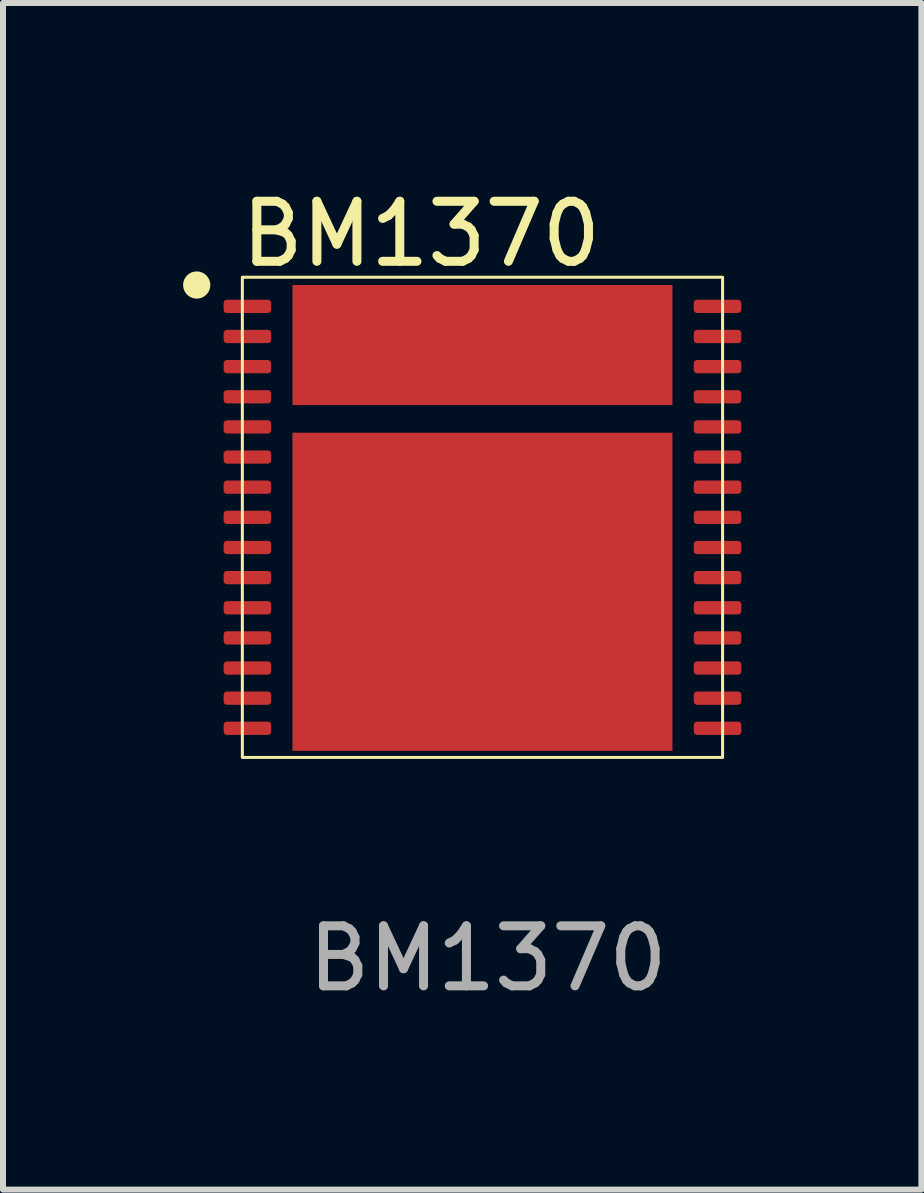
<source format=kicad_pcb>
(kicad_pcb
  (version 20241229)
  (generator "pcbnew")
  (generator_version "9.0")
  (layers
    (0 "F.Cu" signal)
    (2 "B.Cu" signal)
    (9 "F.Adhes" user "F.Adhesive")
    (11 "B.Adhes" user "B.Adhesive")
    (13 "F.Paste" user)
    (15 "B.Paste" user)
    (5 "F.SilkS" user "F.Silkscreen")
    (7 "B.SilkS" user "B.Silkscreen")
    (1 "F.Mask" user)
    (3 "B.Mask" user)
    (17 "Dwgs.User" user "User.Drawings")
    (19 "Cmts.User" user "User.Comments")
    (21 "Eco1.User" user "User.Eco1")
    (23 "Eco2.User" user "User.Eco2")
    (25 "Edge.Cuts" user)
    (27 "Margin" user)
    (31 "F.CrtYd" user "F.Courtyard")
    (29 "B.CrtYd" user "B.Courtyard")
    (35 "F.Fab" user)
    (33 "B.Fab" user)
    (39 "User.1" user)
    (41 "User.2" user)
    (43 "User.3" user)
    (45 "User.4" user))
  (footprint "BM1370"
    (layer "F.Cu")
    (at 4.987 5.568)
    (property "Reference" "BM1370" (at -1.02 -4.72 0) (unlocked yes) (layer "F.SilkS") (effects (font (size 1 1) (thickness 0.15))))
    (attr smd)
    (fp_rect (start -1.33 1.95) (end -3.11 0.51) (stroke (width 0.12) (type solid)) (fill yes) (layer "F.Mask"))
    (fp_rect (start -1.32 -1.92) (end -3.1 -3.8) (stroke (width 0.12) (type solid)) (fill yes) (layer "F.Mask"))
    (fp_rect (start -1.32 0.11) (end -3.1 -1.33) (stroke (width 0.12) (type solid)) (fill yes) (layer "F.Mask"))
    (fp_rect (start -1.32 3.82) (end -3.1 2.38) (stroke (width 0.12) (type solid)) (fill yes) (layer "F.Mask"))
    (fp_rect (start 0.88 -1.94) (end -0.9 -3.81) (stroke (width 0.12) (type solid)) (fill yes) (layer "F.Mask"))
    (fp_rect (start 0.88 1.94) (end -0.9 0.5) (stroke (width 0.12) (type solid)) (fill yes) (layer "F.Mask"))
    (fp_rect (start 0.89 0.1) (end -0.89 -1.34) (stroke (width 0.12) (type solid)) (fill yes) (layer "F.Mask"))
    (fp_rect (start 0.89 3.81) (end -0.89 2.37) (stroke (width 0.12) (type solid)) (fill yes) (layer "F.Mask"))
    (fp_rect (start 3.09 -1.95) (end 1.31 -3.82) (stroke (width 0.12) (type solid)) (fill yes) (layer "F.Mask"))
    (fp_rect (start 3.09 1.94) (end 1.31 0.5) (stroke (width 0.12) (type solid)) (fill yes) (layer "F.Mask"))
    (fp_rect (start 3.1 0.1) (end 1.32 -1.34) (stroke (width 0.12) (type solid)) (fill yes) (layer "F.Mask"))
    (fp_rect (start 3.1 3.81) (end 1.32 2.37) (stroke (width 0.12) (type solid)) (fill yes) (layer "F.Mask"))
    (fp_rect (start 4 4) (end -4 -4) (stroke (width 0.05) (type default)) (fill no) (layer "F.SilkS"))
    (fp_circle (center -4.76 -3.87) (end -4.558 -3.87) (stroke (width 0.05) (type solid)) (fill yes) (layer "F.SilkS"))
    (fp_rect (start -1.58 -0.135) (end -2.78 -1.085) (stroke (width 0.001) (type solid)) (fill yes) (layer "F.Paste"))
    (fp_rect (start -1.57 1.695) (end -2.77 0.745) (stroke (width 0.001) (type solid)) (fill yes) (layer "F.Paste"))
    (fp_rect (start -1.56 3.555) (end -2.76 2.605) (stroke (width 0.001) (type solid)) (fill yes) (layer "F.Paste"))
    (fp_rect (start -1.54 -2.34) (end -2.74 -3.46) (stroke (width 0.001) (type solid)) (fill yes) (layer "F.Paste"))
    (fp_rect (start 0.6 -2.35) (end -0.6 -3.46) (stroke (width 0.001) (type solid)) (fill yes) (layer "F.Paste"))
    (fp_rect (start 0.63 -0.125) (end -0.57 -1.075) (stroke (width 0.001) (type solid)) (fill yes) (layer "F.Paste"))
    (fp_rect (start 0.64 1.705) (end -0.56 0.755) (stroke (width 0.001) (type solid)) (fill yes) (layer "F.Paste"))
    (fp_rect (start 0.65 3.565) (end -0.55 2.615) (stroke (width 0.001) (type solid)) (fill yes) (layer "F.Paste"))
    (fp_rect (start 2.78 -2.37) (end 1.58 -3.48) (stroke (width 0.001) (type solid)) (fill yes) (layer "F.Paste"))
    (fp_rect (start 2.78 -0.125) (end 1.58 -1.075) (stroke (width 0.001) (type solid)) (fill yes) (layer "F.Paste"))
    (fp_rect (start 2.79 1.705) (end 1.59 0.755) (stroke (width 0.001) (type solid)) (fill yes) (layer "F.Paste"))
    (fp_rect (start 2.8 3.565) (end 1.6 2.615) (stroke (width 0.001) (type solid)) (fill yes) (layer "F.Paste"))
    (fp_text user "${REFERENCE}" (at 0.09 7.35 0) (unlocked yes) (layer "F.Fab") (effects (font (size 1 1) (thickness 0.15))))
    (pad "1" smd roundrect (at -3.916 -3.514) (size 0.792 0.221) (layers "F.Cu" "F.Mask" "F.Paste") (roundrect_rratio 0.25))
    (pad "2" smd roundrect (at -3.916 -3.012) (size 0.792 0.221) (layers "F.Cu" "F.Mask" "F.Paste") (roundrect_rratio 0.25))
    (pad "3" smd roundrect (at -3.916 -2.51) (size 0.792 0.221) (layers "F.Cu" "F.Mask" "F.Paste") (roundrect_rratio 0.25))
    (pad "4" smd roundrect (at -3.916 -2.008) (size 0.792 0.221) (layers "F.Cu" "F.Mask" "F.Paste") (roundrect_rratio 0.25))
    (pad "5" smd roundrect (at -3.916 -1.506) (size 0.792 0.221) (layers "F.Cu" "F.Mask" "F.Paste") (roundrect_rratio 0.25))
    (pad "6" smd roundrect (at -3.916 -1.004) (size 0.792 0.221) (layers "F.Cu" "F.Mask" "F.Paste") (roundrect_rratio 0.25))
    (pad "7" smd roundrect (at -3.916 -0.502) (size 0.792 0.221) (layers "F.Cu" "F.Mask" "F.Paste") (roundrect_rratio 0.25))
    (pad "8" smd roundrect (at -3.916 0) (size 0.792 0.221) (layers "F.Cu" "F.Mask" "F.Paste") (roundrect_rratio 0.25))
    (pad "9" smd roundrect (at -3.916 0.502) (size 0.792 0.221) (layers "F.Cu" "F.Mask" "F.Paste") (roundrect_rratio 0.25))
    (pad "10" smd roundrect (at -3.916 1.004) (size 0.792 0.221) (layers "F.Cu" "F.Mask" "F.Paste") (roundrect_rratio 0.25))
    (pad "11" smd roundrect (at -3.916 1.506) (size 0.792 0.221) (layers "F.Cu" "F.Mask" "F.Paste") (roundrect_rratio 0.25))
    (pad "12" smd roundrect (at -3.916 2.008) (size 0.792 0.221) (layers "F.Cu" "F.Mask" "F.Paste") (roundrect_rratio 0.25))
    (pad "13" smd roundrect (at -3.916 2.51) (size 0.792 0.221) (layers "F.Cu" "F.Mask" "F.Paste") (roundrect_rratio 0.25))
    (pad "14" smd roundrect (at -3.916 3.012) (size 0.792 0.221) (layers "F.Cu" "F.Mask" "F.Paste") (roundrect_rratio 0.25))
    (pad "15" smd roundrect (at -3.916 3.514) (size 0.792 0.221) (layers "F.Cu" "F.Mask" "F.Paste") (roundrect_rratio 0.25))
    (pad "16" smd roundrect (at 3.916 3.514) (size 0.792 0.221) (layers "F.Cu" "F.Mask" "F.Paste") (roundrect_rratio 0.25))
    (pad "17" smd roundrect (at 3.916 3.012) (size 0.792 0.221) (layers "F.Cu" "F.Mask" "F.Paste") (roundrect_rratio 0.25))
    (pad "18" smd roundrect (at 3.916 2.51) (size 0.792 0.221) (layers "F.Cu" "F.Mask" "F.Paste") (roundrect_rratio 0.25))
    (pad "19" smd roundrect (at 3.916 2.008) (size 0.792 0.221) (layers "F.Cu" "F.Mask" "F.Paste") (roundrect_rratio 0.25))
    (pad "20" smd roundrect (at 3.916 1.506) (size 0.792 0.221) (layers "F.Cu" "F.Mask" "F.Paste") (roundrect_rratio 0.25))
    (pad "21" smd roundrect (at 3.916 1.004) (size 0.792 0.221) (layers "F.Cu" "F.Mask" "F.Paste") (roundrect_rratio 0.25))
    (pad "22" smd roundrect (at 3.916 0.502) (size 0.792 0.221) (layers "F.Cu" "F.Mask" "F.Paste") (roundrect_rratio 0.25))
    (pad "23" smd roundrect (at 3.916 0) (size 0.792 0.221) (layers "F.Cu" "F.Mask" "F.Paste") (roundrect_rratio 0.25))
    (pad "24" smd roundrect (at 3.916 -0.502) (size 0.792 0.221) (layers "F.Cu" "F.Mask" "F.Paste") (roundrect_rratio 0.25))
    (pad "25" smd roundrect (at 3.916 -1.004) (size 0.792 0.221) (layers "F.Cu" "F.Mask" "F.Paste") (roundrect_rratio 0.25))
    (pad "26" smd roundrect (at 3.916 -1.506) (size 0.792 0.221) (layers "F.Cu" "F.Mask" "F.Paste") (roundrect_rratio 0.25))
    (pad "27" smd roundrect (at 3.916 -2.008) (size 0.792 0.221) (layers "F.Cu" "F.Mask" "F.Paste") (roundrect_rratio 0.25))
    (pad "28" smd roundrect (at 3.916 -2.51) (size 0.792 0.221) (layers "F.Cu" "F.Mask" "F.Paste") (roundrect_rratio 0.25))
    (pad "29" smd roundrect (at 3.916 -3.012) (size 0.792 0.221) (layers "F.Cu" "F.Mask" "F.Paste") (roundrect_rratio 0.25))
    (pad "30" smd roundrect (at 3.916 -3.514) (size 0.792 0.221) (layers "F.Cu" "F.Mask" "F.Paste") (roundrect_rratio 0.25))
    (pad "31" smd rect (at 0 -2.87) (size 6.33 2) (layers "F.Cu"))
    (pad "32" smd rect (at 0 1.24) (size 6.33 5.3) (layers "F.Cu")))
  (gr_rect
    (start -3 -3)
    (end 12.299 16.767)
    (stroke (width 0.1) (type default))
    (fill no)
    (layer "Edge.Cuts")))
</source>
